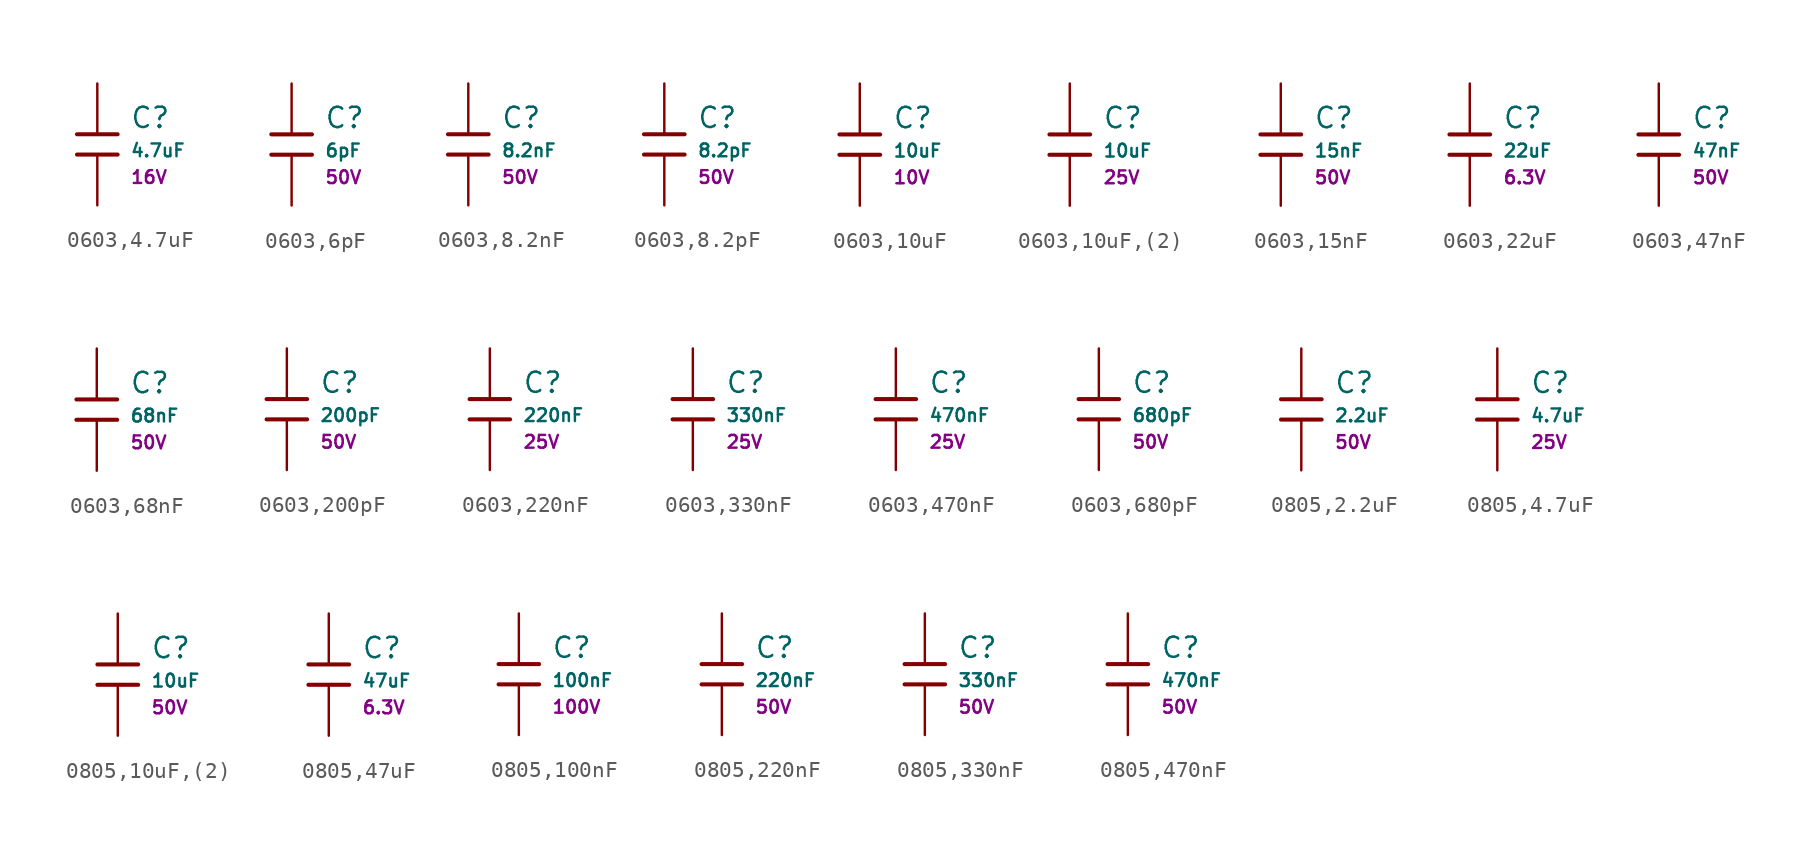
<source format=kicad_sym>
(kicad_symbol_lib
  (version 20241209)
  (generator "kicad_symbol_editor")
  (generator_version "9.0")
  (symbol "0603,4.7uF"
    (pin_numbers
      (hide yes))
    (pin_names
      (offset 0))
    (property "Reference" "C"
      (at 2.032 1.668 0)
      (effects (font (size 1.27 1.27)) (justify left)))
    (property "Value" "4.7uF"
      (at 2.032 -0.378 0)
      (effects (font (size 0.8 0.8)) (justify left)))
    (property "Voltage Rated" "16V"
      (at 2.032 -2.046 0)
      (effects (font (size 0.8 0.8)) (justify left)))
    (symbol "0603,4.7uF_0_1"
      (polyline (pts (xy -1.27 0.635) (xy 1.27 0.635)) (stroke (width 0.254) (type default)) (fill (type none)))
      (polyline (pts (xy -1.27 -0.635) (xy 1.27 -0.635)) (stroke (width 0.254) (type default)) (fill (type none))))
    (symbol "0603,4.7uF_1_1"
      (pin passive line (at 0 3.81 270) (length 3.175) (name "~" (effects (font (size 1.27 1.27)))) (number "1" (effects (font (size 1.27 1.27)))))
      (pin passive line (at 0 -3.81 90) (length 3.175) (name "~" (effects (font (size 1.27 1.27)))) (number "2" (effects (font (size 1.27 1.27)))))))
  (symbol "0603,6pF"
    (pin_numbers
      (hide yes))
    (pin_names
      (offset 0))
    (property "Reference" "C"
      (at 2.032 1.668 0)
      (effects (font (size 1.27 1.27)) (justify left)))
    (property "Value" "6pF"
      (at 2.032 -0.378 0)
      (effects (font (size 0.8 0.8)) (justify left)))
    (property "Voltage Rated" "50V"
      (at 2.032 -2.046 0)
      (effects (font (size 0.8 0.8)) (justify left)))
    (symbol "0603,6pF_0_1"
      (polyline (pts (xy -1.27 0.635) (xy 1.27 0.635)) (stroke (width 0.254) (type default)) (fill (type none)))
      (polyline (pts (xy -1.27 -0.635) (xy 1.27 -0.635)) (stroke (width 0.254) (type default)) (fill (type none))))
    (symbol "0603,6pF_1_1"
      (pin passive line (at 0 3.81 270) (length 3.175) (name "~" (effects (font (size 1.27 1.27)))) (number "1" (effects (font (size 1.27 1.27)))))
      (pin passive line (at 0 -3.81 90) (length 3.175) (name "~" (effects (font (size 1.27 1.27)))) (number "2" (effects (font (size 1.27 1.27)))))))
  (symbol "0603,8.2nF"
    (pin_numbers
      (hide yes))
    (pin_names
      (offset 0))
    (property "Reference" "C"
      (at 2.032 1.668 0)
      (effects (font (size 1.27 1.27)) (justify left)))
    (property "Value" "8.2nF"
      (at 2.032 -0.378 0)
      (effects (font (size 0.8 0.8)) (justify left)))
    (property "Voltage Rated" "50V"
      (at 2.032 -2.046 0)
      (effects (font (size 0.8 0.8)) (justify left)))
    (symbol "0603,8.2nF_0_1"
      (polyline (pts (xy -1.27 0.635) (xy 1.27 0.635)) (stroke (width 0.254) (type default)) (fill (type none)))
      (polyline (pts (xy -1.27 -0.635) (xy 1.27 -0.635)) (stroke (width 0.254) (type default)) (fill (type none))))
    (symbol "0603,8.2nF_1_1"
      (pin passive line (at 0 3.81 270) (length 3.175) (name "~" (effects (font (size 1.27 1.27)))) (number "1" (effects (font (size 1.27 1.27)))))
      (pin passive line (at 0 -3.81 90) (length 3.175) (name "~" (effects (font (size 1.27 1.27)))) (number "2" (effects (font (size 1.27 1.27)))))))
  (symbol "0603,8.2pF"
    (pin_numbers
      (hide yes))
    (pin_names
      (offset 0))
    (property "Reference" "C"
      (at 2.032 1.668 0)
      (effects (font (size 1.27 1.27)) (justify left)))
    (property "Value" "8.2pF"
      (at 2.032 -0.378 0)
      (effects (font (size 0.8 0.8)) (justify left)))
    (property "Voltage Rated" "50V"
      (at 2.032 -2.046 0)
      (effects (font (size 0.8 0.8)) (justify left)))
    (symbol "0603,8.2pF_0_1"
      (polyline (pts (xy -1.27 0.635) (xy 1.27 0.635)) (stroke (width 0.254) (type default)) (fill (type none)))
      (polyline (pts (xy -1.27 -0.635) (xy 1.27 -0.635)) (stroke (width 0.254) (type default)) (fill (type none))))
    (symbol "0603,8.2pF_1_1"
      (pin passive line (at 0 3.81 270) (length 3.175) (name "~" (effects (font (size 1.27 1.27)))) (number "1" (effects (font (size 1.27 1.27)))))
      (pin passive line (at 0 -3.81 90) (length 3.175) (name "~" (effects (font (size 1.27 1.27)))) (number "2" (effects (font (size 1.27 1.27)))))))
  (symbol "0603,10uF"
    (pin_numbers
      (hide yes))
    (pin_names
      (offset 0))
    (property "Reference" "C"
      (at 2.032 1.668 0)
      (effects (font (size 1.27 1.27)) (justify left)))
    (property "Value" "10uF"
      (at 2.032 -0.378 0)
      (effects (font (size 0.8 0.8)) (justify left)))
    (property "Voltage Rated" "10V"
      (at 2.032 -2.046 0)
      (effects (font (size 0.8 0.8)) (justify left)))
    (symbol "0603,10uF_0_1"
      (polyline (pts (xy -1.27 0.635) (xy 1.27 0.635)) (stroke (width 0.254) (type default)) (fill (type none)))
      (polyline (pts (xy -1.27 -0.635) (xy 1.27 -0.635)) (stroke (width 0.254) (type default)) (fill (type none))))
    (symbol "0603,10uF_1_1"
      (pin passive line (at 0 3.81 270) (length 3.175) (name "~" (effects (font (size 1.27 1.27)))) (number "1" (effects (font (size 1.27 1.27)))))
      (pin passive line (at 0 -3.81 90) (length 3.175) (name "~" (effects (font (size 1.27 1.27)))) (number "2" (effects (font (size 1.27 1.27)))))))
  (symbol "0603,10uF,(2)"
    (pin_numbers
      (hide yes))
    (pin_names
      (offset 0))
    (property "Reference" "C"
      (at 2.032 1.668 0)
      (effects (font (size 1.27 1.27)) (justify left)))
    (property "Value" "10uF"
      (at 2.032 -0.378 0)
      (effects (font (size 0.8 0.8)) (justify left)))
    (property "Voltage Rated" "25V"
      (at 2.032 -2.046 0)
      (effects (font (size 0.8 0.8)) (justify left)))
    (symbol "0603,10uF,(2)_0_1"
      (polyline (pts (xy -1.27 0.635) (xy 1.27 0.635)) (stroke (width 0.254) (type default)) (fill (type none)))
      (polyline (pts (xy -1.27 -0.635) (xy 1.27 -0.635)) (stroke (width 0.254) (type default)) (fill (type none))))
    (symbol "0603,10uF,(2)_1_1"
      (pin passive line (at 0 3.81 270) (length 3.175) (name "~" (effects (font (size 1.27 1.27)))) (number "1" (effects (font (size 1.27 1.27)))))
      (pin passive line (at 0 -3.81 90) (length 3.175) (name "~" (effects (font (size 1.27 1.27)))) (number "2" (effects (font (size 1.27 1.27)))))))
  (symbol "0603,15nF"
    (pin_numbers
      (hide yes))
    (pin_names
      (offset 0))
    (property "Reference" "C"
      (at 2.032 1.668 0)
      (effects (font (size 1.27 1.27)) (justify left)))
    (property "Value" "15nF"
      (at 2.032 -0.378 0)
      (effects (font (size 0.8 0.8)) (justify left)))
    (property "Voltage Rated" "50V"
      (at 2.032 -2.046 0)
      (effects (font (size 0.8 0.8)) (justify left)))
    (symbol "0603,15nF_0_1"
      (polyline (pts (xy -1.27 0.635) (xy 1.27 0.635)) (stroke (width 0.254) (type default)) (fill (type none)))
      (polyline (pts (xy -1.27 -0.635) (xy 1.27 -0.635)) (stroke (width 0.254) (type default)) (fill (type none))))
    (symbol "0603,15nF_1_1"
      (pin passive line (at 0 3.81 270) (length 3.175) (name "~" (effects (font (size 1.27 1.27)))) (number "1" (effects (font (size 1.27 1.27)))))
      (pin passive line (at 0 -3.81 90) (length 3.175) (name "~" (effects (font (size 1.27 1.27)))) (number "2" (effects (font (size 1.27 1.27)))))))
  (symbol "0603,22uF"
    (pin_numbers
      (hide yes))
    (pin_names
      (offset 0))
    (property "Reference" "C"
      (at 2.032 1.668 0)
      (effects (font (size 1.27 1.27)) (justify left)))
    (property "Value" "22uF"
      (at 2.032 -0.378 0)
      (effects (font (size 0.8 0.8)) (justify left)))
    (property "Voltage Rated" "6.3V"
      (at 2.032 -2.046 0)
      (effects (font (size 0.8 0.8)) (justify left)))
    (symbol "0603,22uF_0_1"
      (polyline (pts (xy -1.27 0.635) (xy 1.27 0.635)) (stroke (width 0.254) (type default)) (fill (type none)))
      (polyline (pts (xy -1.27 -0.635) (xy 1.27 -0.635)) (stroke (width 0.254) (type default)) (fill (type none))))
    (symbol "0603,22uF_1_1"
      (pin passive line (at 0 3.81 270) (length 3.175) (name "~" (effects (font (size 1.27 1.27)))) (number "1" (effects (font (size 1.27 1.27)))))
      (pin passive line (at 0 -3.81 90) (length 3.175) (name "~" (effects (font (size 1.27 1.27)))) (number "2" (effects (font (size 1.27 1.27)))))))
  (symbol "0603,47nF"
    (pin_numbers
      (hide yes))
    (pin_names
      (offset 0))
    (property "Reference" "C"
      (at 2.032 1.668 0)
      (effects (font (size 1.27 1.27)) (justify left)))
    (property "Value" "47nF"
      (at 2.032 -0.378 0)
      (effects (font (size 0.8 0.8)) (justify left)))
    (property "Voltage Rated" "50V"
      (at 2.032 -2.046 0)
      (effects (font (size 0.8 0.8)) (justify left)))
    (symbol "0603,47nF_0_1"
      (polyline (pts (xy -1.27 0.635) (xy 1.27 0.635)) (stroke (width 0.254) (type default)) (fill (type none)))
      (polyline (pts (xy -1.27 -0.635) (xy 1.27 -0.635)) (stroke (width 0.254) (type default)) (fill (type none))))
    (symbol "0603,47nF_1_1"
      (pin passive line (at 0 3.81 270) (length 3.175) (name "~" (effects (font (size 1.27 1.27)))) (number "1" (effects (font (size 1.27 1.27)))))
      (pin passive line (at 0 -3.81 90) (length 3.175) (name "~" (effects (font (size 1.27 1.27)))) (number "2" (effects (font (size 1.27 1.27)))))))
  (symbol "0603,68nF"
    (pin_numbers
      (hide yes))
    (pin_names
      (offset 0))
    (property "Reference" "C"
      (at 2.032 1.668 0)
      (effects (font (size 1.27 1.27)) (justify left)))
    (property "Value" "68nF"
      (at 2.032 -0.378 0)
      (effects (font (size 0.8 0.8)) (justify left)))
    (property "Voltage Rated" "50V"
      (at 2.032 -2.046 0)
      (effects (font (size 0.8 0.8)) (justify left)))
    (symbol "0603,68nF_0_1"
      (polyline (pts (xy -1.27 0.635) (xy 1.27 0.635)) (stroke (width 0.254) (type default)) (fill (type none)))
      (polyline (pts (xy -1.27 -0.635) (xy 1.27 -0.635)) (stroke (width 0.254) (type default)) (fill (type none))))
    (symbol "0603,68nF_1_1"
      (pin passive line (at 0 3.81 270) (length 3.175) (name "~" (effects (font (size 1.27 1.27)))) (number "1" (effects (font (size 1.27 1.27)))))
      (pin passive line (at 0 -3.81 90) (length 3.175) (name "~" (effects (font (size 1.27 1.27)))) (number "2" (effects (font (size 1.27 1.27)))))))
  (symbol "0603,200pF"
    (pin_numbers
      (hide yes))
    (pin_names
      (offset 0))
    (property "Reference" "C"
      (at 2.032 1.668 0)
      (effects (font (size 1.27 1.27)) (justify left)))
    (property "Value" "200pF"
      (at 2.032 -0.378 0)
      (effects (font (size 0.8 0.8)) (justify left)))
    (property "Voltage Rated" "50V"
      (at 2.032 -2.046 0)
      (effects (font (size 0.8 0.8)) (justify left)))
    (symbol "0603,200pF_0_1"
      (polyline (pts (xy -1.27 0.635) (xy 1.27 0.635)) (stroke (width 0.254) (type default)) (fill (type none)))
      (polyline (pts (xy -1.27 -0.635) (xy 1.27 -0.635)) (stroke (width 0.254) (type default)) (fill (type none))))
    (symbol "0603,200pF_1_1"
      (pin passive line (at 0 3.81 270) (length 3.175) (name "~" (effects (font (size 1.27 1.27)))) (number "1" (effects (font (size 1.27 1.27)))))
      (pin passive line (at 0 -3.81 90) (length 3.175) (name "~" (effects (font (size 1.27 1.27)))) (number "2" (effects (font (size 1.27 1.27)))))))
  (symbol "0603,220nF"
    (pin_numbers
      (hide yes))
    (pin_names
      (offset 0))
    (property "Reference" "C"
      (at 2.032 1.668 0)
      (effects (font (size 1.27 1.27)) (justify left)))
    (property "Value" "220nF"
      (at 2.032 -0.378 0)
      (effects (font (size 0.8 0.8)) (justify left)))
    (property "Voltage Rated" "25V"
      (at 2.032 -2.046 0)
      (effects (font (size 0.8 0.8)) (justify left)))
    (symbol "0603,220nF_0_1"
      (polyline (pts (xy -1.27 0.635) (xy 1.27 0.635)) (stroke (width 0.254) (type default)) (fill (type none)))
      (polyline (pts (xy -1.27 -0.635) (xy 1.27 -0.635)) (stroke (width 0.254) (type default)) (fill (type none))))
    (symbol "0603,220nF_1_1"
      (pin passive line (at 0 3.81 270) (length 3.175) (name "~" (effects (font (size 1.27 1.27)))) (number "1" (effects (font (size 1.27 1.27)))))
      (pin passive line (at 0 -3.81 90) (length 3.175) (name "~" (effects (font (size 1.27 1.27)))) (number "2" (effects (font (size 1.27 1.27)))))))
  (symbol "0603,330nF"
    (pin_numbers
      (hide yes))
    (pin_names
      (offset 0))
    (property "Reference" "C"
      (at 2.032 1.668 0)
      (effects (font (size 1.27 1.27)) (justify left)))
    (property "Value" "330nF"
      (at 2.032 -0.378 0)
      (effects (font (size 0.8 0.8)) (justify left)))
    (property "Voltage Rated" "25V"
      (at 2.032 -2.046 0)
      (effects (font (size 0.8 0.8)) (justify left)))
    (symbol "0603,330nF_0_1"
      (polyline (pts (xy -1.27 0.635) (xy 1.27 0.635)) (stroke (width 0.254) (type default)) (fill (type none)))
      (polyline (pts (xy -1.27 -0.635) (xy 1.27 -0.635)) (stroke (width 0.254) (type default)) (fill (type none))))
    (symbol "0603,330nF_1_1"
      (pin passive line (at 0 3.81 270) (length 3.175) (name "~" (effects (font (size 1.27 1.27)))) (number "1" (effects (font (size 1.27 1.27)))))
      (pin passive line (at 0 -3.81 90) (length 3.175) (name "~" (effects (font (size 1.27 1.27)))) (number "2" (effects (font (size 1.27 1.27)))))))
  (symbol "0603,470nF"
    (pin_numbers
      (hide yes))
    (pin_names
      (offset 0))
    (property "Reference" "C"
      (at 2.032 1.668 0)
      (effects (font (size 1.27 1.27)) (justify left)))
    (property "Value" "470nF"
      (at 2.032 -0.378 0)
      (effects (font (size 0.8 0.8)) (justify left)))
    (property "Voltage Rated" "25V"
      (at 2.032 -2.046 0)
      (effects (font (size 0.8 0.8)) (justify left)))
    (symbol "0603,470nF_0_1"
      (polyline (pts (xy -1.27 0.635) (xy 1.27 0.635)) (stroke (width 0.254) (type default)) (fill (type none)))
      (polyline (pts (xy -1.27 -0.635) (xy 1.27 -0.635)) (stroke (width 0.254) (type default)) (fill (type none))))
    (symbol "0603,470nF_1_1"
      (pin passive line (at 0 3.81 270) (length 3.175) (name "~" (effects (font (size 1.27 1.27)))) (number "1" (effects (font (size 1.27 1.27)))))
      (pin passive line (at 0 -3.81 90) (length 3.175) (name "~" (effects (font (size 1.27 1.27)))) (number "2" (effects (font (size 1.27 1.27)))))))
  (symbol "0603,680pF"
    (pin_numbers
      (hide yes))
    (pin_names
      (offset 0))
    (property "Reference" "C"
      (at 2.032 1.668 0)
      (effects (font (size 1.27 1.27)) (justify left)))
    (property "Value" "680pF"
      (at 2.032 -0.378 0)
      (effects (font (size 0.8 0.8)) (justify left)))
    (property "Voltage Rated" "50V"
      (at 2.032 -2.046 0)
      (effects (font (size 0.8 0.8)) (justify left)))
    (symbol "0603,680pF_0_1"
      (polyline (pts (xy -1.27 0.635) (xy 1.27 0.635)) (stroke (width 0.254) (type default)) (fill (type none)))
      (polyline (pts (xy -1.27 -0.635) (xy 1.27 -0.635)) (stroke (width 0.254) (type default)) (fill (type none))))
    (symbol "0603,680pF_1_1"
      (pin passive line (at 0 3.81 270) (length 3.175) (name "~" (effects (font (size 1.27 1.27)))) (number "1" (effects (font (size 1.27 1.27)))))
      (pin passive line (at 0 -3.81 90) (length 3.175) (name "~" (effects (font (size 1.27 1.27)))) (number "2" (effects (font (size 1.27 1.27)))))))
  (symbol "0805,2.2uF"
    (pin_numbers
      (hide yes))
    (pin_names
      (offset 0))
    (property "Reference" "C"
      (at 2.032 1.668 0)
      (effects (font (size 1.27 1.27)) (justify left)))
    (property "Value" "2.2uF"
      (at 2.032 -0.378 0)
      (effects (font (size 0.8 0.8)) (justify left)))
    (property "Voltage Rated" "50V"
      (at 2.032 -2.046 0)
      (effects (font (size 0.8 0.8)) (justify left)))
    (symbol "0805,2.2uF_0_1"
      (polyline (pts (xy -1.27 0.635) (xy 1.27 0.635)) (stroke (width 0.254) (type default)) (fill (type none)))
      (polyline (pts (xy -1.27 -0.635) (xy 1.27 -0.635)) (stroke (width 0.254) (type default)) (fill (type none))))
    (symbol "0805,2.2uF_1_1"
      (pin passive line (at 0 3.81 270) (length 3.175) (name "~" (effects (font (size 1.27 1.27)))) (number "1" (effects (font (size 1.27 1.27)))))
      (pin passive line (at 0 -3.81 90) (length 3.175) (name "~" (effects (font (size 1.27 1.27)))) (number "2" (effects (font (size 1.27 1.27)))))))
  (symbol "0805,4.7uF"
    (pin_numbers
      (hide yes))
    (pin_names
      (offset 0))
    (property "Reference" "C"
      (at 2.032 1.668 0)
      (effects (font (size 1.27 1.27)) (justify left)))
    (property "Value" "4.7uF"
      (at 2.032 -0.378 0)
      (effects (font (size 0.8 0.8)) (justify left)))
    (property "Voltage Rated" "25V"
      (at 2.032 -2.046 0)
      (effects (font (size 0.8 0.8)) (justify left)))
    (symbol "0805,4.7uF_0_1"
      (polyline (pts (xy -1.27 0.635) (xy 1.27 0.635)) (stroke (width 0.254) (type default)) (fill (type none)))
      (polyline (pts (xy -1.27 -0.635) (xy 1.27 -0.635)) (stroke (width 0.254) (type default)) (fill (type none))))
    (symbol "0805,4.7uF_1_1"
      (pin passive line (at 0 3.81 270) (length 3.175) (name "~" (effects (font (size 1.27 1.27)))) (number "1" (effects (font (size 1.27 1.27)))))
      (pin passive line (at 0 -3.81 90) (length 3.175) (name "~" (effects (font (size 1.27 1.27)))) (number "2" (effects (font (size 1.27 1.27)))))))
  (symbol "0805,10uF,(2)"
    (pin_numbers
      (hide yes))
    (pin_names
      (offset 0))
    (property "Reference" "C"
      (at 2.032 1.668 0)
      (effects (font (size 1.27 1.27)) (justify left)))
    (property "Value" "10uF"
      (at 2.032 -0.378 0)
      (effects (font (size 0.8 0.8)) (justify left)))
    (property "Voltage Rated" "50V"
      (at 2.032 -2.046 0)
      (effects (font (size 0.8 0.8)) (justify left)))
    (symbol "0805,10uF,(2)_0_1"
      (polyline (pts (xy -1.27 0.635) (xy 1.27 0.635)) (stroke (width 0.254) (type default)) (fill (type none)))
      (polyline (pts (xy -1.27 -0.635) (xy 1.27 -0.635)) (stroke (width 0.254) (type default)) (fill (type none))))
    (symbol "0805,10uF,(2)_1_1"
      (pin passive line (at 0 3.81 270) (length 3.175) (name "~" (effects (font (size 1.27 1.27)))) (number "1" (effects (font (size 1.27 1.27)))))
      (pin passive line (at 0 -3.81 90) (length 3.175) (name "~" (effects (font (size 1.27 1.27)))) (number "2" (effects (font (size 1.27 1.27)))))))
  (symbol "0805,47uF"
    (pin_numbers
      (hide yes))
    (pin_names
      (offset 0))
    (property "Reference" "C"
      (at 2.032 1.668 0)
      (effects (font (size 1.27 1.27)) (justify left)))
    (property "Value" "47uF"
      (at 2.032 -0.378 0)
      (effects (font (size 0.8 0.8)) (justify left)))
    (property "Voltage Rated" "6.3V"
      (at 2.032 -2.046 0)
      (effects (font (size 0.8 0.8)) (justify left)))
    (symbol "0805,47uF_0_1"
      (polyline (pts (xy -1.27 0.635) (xy 1.27 0.635)) (stroke (width 0.254) (type default)) (fill (type none)))
      (polyline (pts (xy -1.27 -0.635) (xy 1.27 -0.635)) (stroke (width 0.254) (type default)) (fill (type none))))
    (symbol "0805,47uF_1_1"
      (pin passive line (at 0 3.81 270) (length 3.175) (name "~" (effects (font (size 1.27 1.27)))) (number "1" (effects (font (size 1.27 1.27)))))
      (pin passive line (at 0 -3.81 90) (length 3.175) (name "~" (effects (font (size 1.27 1.27)))) (number "2" (effects (font (size 1.27 1.27)))))))
  (symbol "0805,100nF"
    (pin_numbers
      (hide yes))
    (pin_names
      (offset 0))
    (property "Reference" "C"
      (at 2.032 1.668 0)
      (effects (font (size 1.27 1.27)) (justify left)))
    (property "Value" "100nF"
      (at 2.032 -0.378 0)
      (effects (font (size 0.8 0.8)) (justify left)))
    (property "Voltage Rated" "100V"
      (at 2.032 -2.046 0)
      (effects (font (size 0.8 0.8)) (justify left)))
    (symbol "0805,100nF_0_1"
      (polyline (pts (xy -1.27 0.635) (xy 1.27 0.635)) (stroke (width 0.254) (type default)) (fill (type none)))
      (polyline (pts (xy -1.27 -0.635) (xy 1.27 -0.635)) (stroke (width 0.254) (type default)) (fill (type none))))
    (symbol "0805,100nF_1_1"
      (pin passive line (at 0 3.81 270) (length 3.175) (name "~" (effects (font (size 1.27 1.27)))) (number "1" (effects (font (size 1.27 1.27)))))
      (pin passive line (at 0 -3.81 90) (length 3.175) (name "~" (effects (font (size 1.27 1.27)))) (number "2" (effects (font (size 1.27 1.27)))))))
  (symbol "0805,220nF"
    (pin_numbers
      (hide yes))
    (pin_names
      (offset 0))
    (property "Reference" "C"
      (at 2.032 1.668 0)
      (effects (font (size 1.27 1.27)) (justify left)))
    (property "Value" "220nF"
      (at 2.032 -0.378 0)
      (effects (font (size 0.8 0.8)) (justify left)))
    (property "Voltage Rated" "50V"
      (at 2.032 -2.046 0)
      (effects (font (size 0.8 0.8)) (justify left)))
    (symbol "0805,220nF_0_1"
      (polyline (pts (xy -1.27 0.635) (xy 1.27 0.635)) (stroke (width 0.254) (type default)) (fill (type none)))
      (polyline (pts (xy -1.27 -0.635) (xy 1.27 -0.635)) (stroke (width 0.254) (type default)) (fill (type none))))
    (symbol "0805,220nF_1_1"
      (pin passive line (at 0 3.81 270) (length 3.175) (name "~" (effects (font (size 1.27 1.27)))) (number "1" (effects (font (size 1.27 1.27)))))
      (pin passive line (at 0 -3.81 90) (length 3.175) (name "~" (effects (font (size 1.27 1.27)))) (number "2" (effects (font (size 1.27 1.27)))))))
  (symbol "0805,330nF"
    (pin_numbers
      (hide yes))
    (pin_names
      (offset 0))
    (property "Reference" "C"
      (at 2.032 1.668 0)
      (effects (font (size 1.27 1.27)) (justify left)))
    (property "Value" "330nF"
      (at 2.032 -0.378 0)
      (effects (font (size 0.8 0.8)) (justify left)))
    (property "Voltage Rated" "50V"
      (at 2.032 -2.046 0)
      (effects (font (size 0.8 0.8)) (justify left)))
    (symbol "0805,330nF_0_1"
      (polyline (pts (xy -1.27 0.635) (xy 1.27 0.635)) (stroke (width 0.254) (type default)) (fill (type none)))
      (polyline (pts (xy -1.27 -0.635) (xy 1.27 -0.635)) (stroke (width 0.254) (type default)) (fill (type none))))
    (symbol "0805,330nF_1_1"
      (pin passive line (at 0 3.81 270) (length 3.175) (name "~" (effects (font (size 1.27 1.27)))) (number "1" (effects (font (size 1.27 1.27)))))
      (pin passive line (at 0 -3.81 90) (length 3.175) (name "~" (effects (font (size 1.27 1.27)))) (number "2" (effects (font (size 1.27 1.27)))))))
  (symbol "0805,470nF"
    (pin_numbers
      (hide yes))
    (pin_names
      (offset 0))
    (property "Reference" "C"
      (at 2.032 1.668 0)
      (effects (font (size 1.27 1.27)) (justify left)))
    (property "Value" "470nF"
      (at 2.032 -0.378 0)
      (effects (font (size 0.8 0.8)) (justify left)))
    (property "Voltage Rated" "50V"
      (at 2.032 -2.046 0)
      (effects (font (size 0.8 0.8)) (justify left)))
    (symbol "0805,470nF_0_1"
      (polyline (pts (xy -1.27 0.635) (xy 1.27 0.635)) (stroke (width 0.254) (type default)) (fill (type none)))
      (polyline (pts (xy -1.27 -0.635) (xy 1.27 -0.635)) (stroke (width 0.254) (type default)) (fill (type none))))
    (symbol "0805,470nF_1_1"
      (pin passive line (at 0 3.81 270) (length 3.175) (name "~" (effects (font (size 1.27 1.27)))) (number "1" (effects (font (size 1.27 1.27)))))
      (pin passive line (at 0 -3.81 90) (length 3.175) (name "~" (effects (font (size 1.27 1.27)))) (number "2" (effects (font (size 1.27 1.27))))))))
</source>
